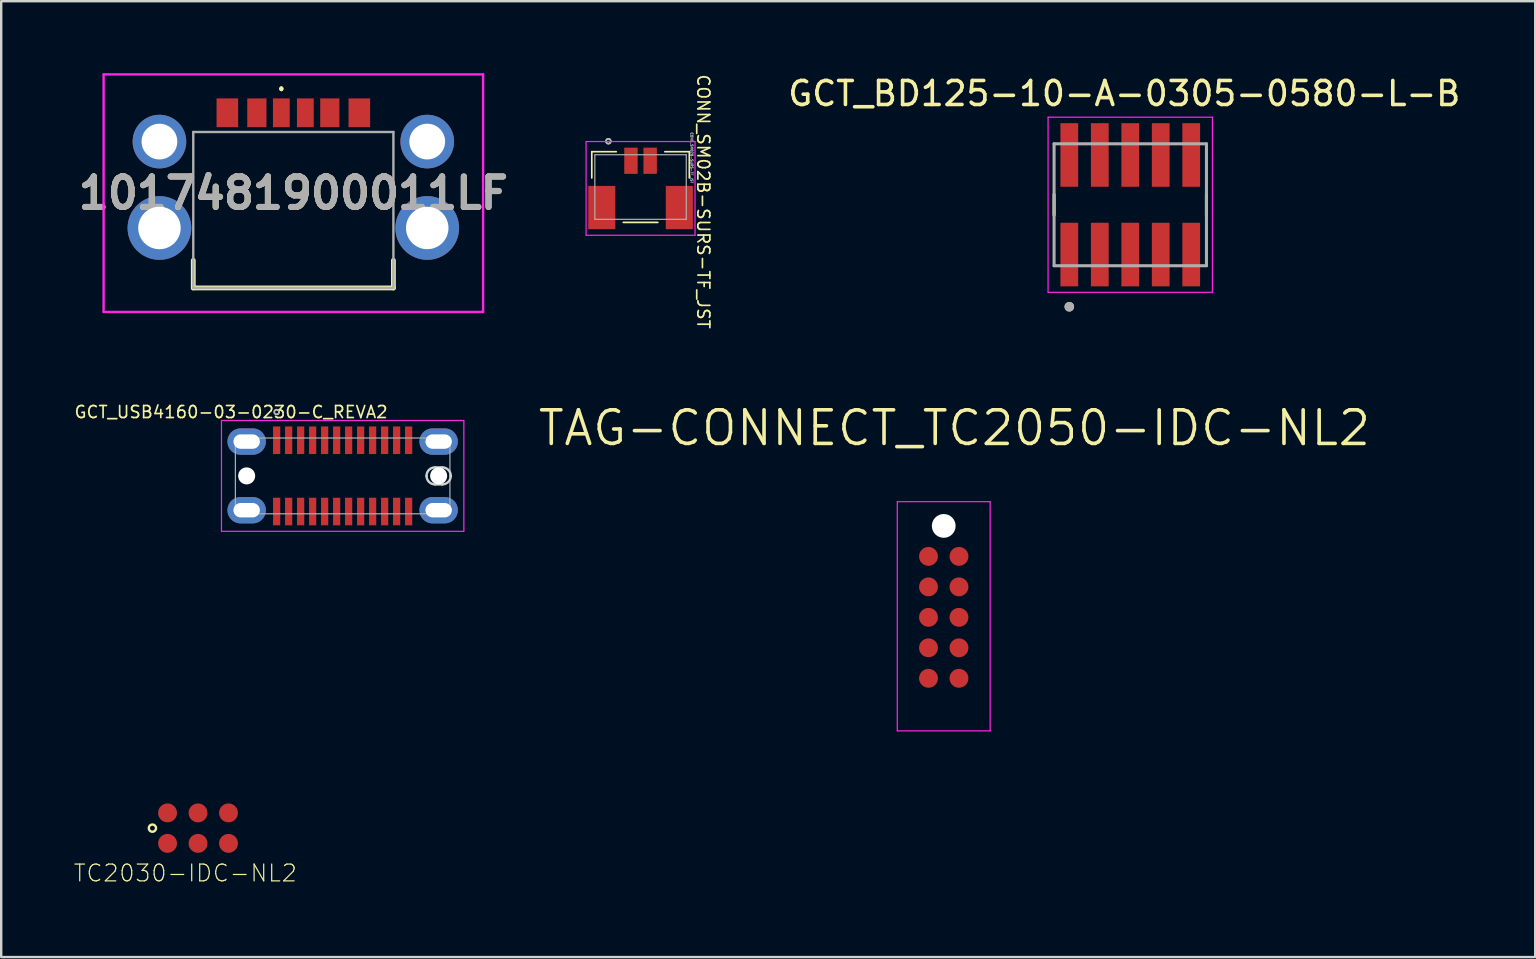
<source format=kicad_pcb>
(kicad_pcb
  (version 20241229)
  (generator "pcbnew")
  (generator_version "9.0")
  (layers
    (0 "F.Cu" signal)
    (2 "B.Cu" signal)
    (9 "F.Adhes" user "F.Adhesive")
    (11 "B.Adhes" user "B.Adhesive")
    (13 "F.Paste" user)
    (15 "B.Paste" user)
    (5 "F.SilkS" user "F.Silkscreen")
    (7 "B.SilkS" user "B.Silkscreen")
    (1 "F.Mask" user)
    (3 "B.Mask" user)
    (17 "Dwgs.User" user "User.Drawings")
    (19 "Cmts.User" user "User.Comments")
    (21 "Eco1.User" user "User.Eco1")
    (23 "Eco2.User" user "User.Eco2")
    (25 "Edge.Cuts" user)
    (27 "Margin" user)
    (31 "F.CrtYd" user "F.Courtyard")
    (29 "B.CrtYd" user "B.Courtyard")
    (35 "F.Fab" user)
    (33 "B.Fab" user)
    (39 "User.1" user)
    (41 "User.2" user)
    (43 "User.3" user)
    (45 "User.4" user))
  (footprint "GCT_USB4160-03-0230-C_REVA2"
    (layer "F.Cu")
    (at 11.229 16.781)
    (property "Reference" "GCT_USB4160-03-0230-C_REVA2" (at -4.65 -2.66 0) (unlocked yes) (layer "F.SilkS") (effects (font (size 0.5 0.5) (thickness 0.07))))
    (attr smd)
    (fp_circle (center -2.75 -2.66) (end -2.65 -2.66) (stroke (width 0.07) (type solid)) (fill no) (layer "F.SilkS"))
    (fp_line (start 3.85 -0.355) (end 4.15 -0.355) (stroke (width 0.1) (type solid)) (layer "Edge.Cuts"))
    (fp_line (start 4.15 0.355) (end 3.85 0.355) (stroke (width 0.1) (type solid)) (layer "Edge.Cuts"))
    (fp_arc (start 3.495 0) (mid 3.598977 -0.251023) (end 3.85 -0.355) (stroke (width 0.1) (type solid)) (layer "Edge.Cuts"))
    (fp_arc (start 3.85 0.355) (mid 3.598977 0.251023) (end 3.495 0) (stroke (width 0.1) (type solid)) (layer "Edge.Cuts"))
    (fp_arc (start 4.15 -0.355) (mid 4.401023 -0.251023) (end 4.505 0) (stroke (width 0.1) (type solid)) (layer "Edge.Cuts"))
    (fp_arc (start 4.505 0) (mid 4.401023 0.251023) (end 4.15 0.355) (stroke (width 0.1) (type solid)) (layer "Edge.Cuts"))
    (fp_line (start -5.05 -2.31) (end -5.05 2.31) (stroke (width 0.05) (type solid)) (layer "F.CrtYd"))
    (fp_line (start -5.05 2.31) (end 5.05 2.31) (stroke (width 0.05) (type solid)) (layer "F.CrtYd"))
    (fp_line (start 5.05 -2.31) (end -5.05 -2.31) (stroke (width 0.05) (type solid)) (layer "F.CrtYd"))
    (fp_line (start 5.05 2.31) (end 5.05 -2.31) (stroke (width 0.05) (type solid)) (layer "F.CrtYd"))
    (fp_line (start -4.47 -1.58) (end 4.47 -1.58) (stroke (width 0.05) (type solid)) (layer "F.Fab"))
    (fp_line (start -4.47 1.58) (end -4.47 -1.58) (stroke (width 0.05) (type solid)) (layer "F.Fab"))
    (fp_line (start 4.47 -1.58) (end 4.47 1.58) (stroke (width 0.05) (type solid)) (layer "F.Fab"))
    (fp_line (start 4.47 1.58) (end -4.47 1.58) (stroke (width 0.05) (type solid)) (layer "F.Fab"))
    (fp_circle (center -2.75 -2.66) (end -2.65 -2.66) (stroke (width 0.05) (type solid)) (fill no) (layer "F.Fab"))
    (pad "" np_thru_hole circle (at -4 0) (size 0.71 0.71) (drill 0.71) (layers "*.Cu" "*.Mask"))
    (pad "" np_thru_hole circle (at 4 0) (size 0.71 0.71) (drill 0.71) (layers "*.Cu" "*.Mask"))
    (pad "A1" smd rect (at -2.75 -1.485) (size 0.3 1.15) (layers "F.Cu" "F.Mask" "F.Paste"))
    (pad "A2" smd rect (at -2.25 -1.485) (size 0.3 1.15) (layers "F.Cu" "F.Mask" "F.Paste"))
    (pad "A3" smd rect (at -1.75 -1.485) (size 0.3 1.15) (layers "F.Cu" "F.Mask" "F.Paste"))
    (pad "A4" smd rect (at -1.25 -1.485) (size 0.3 1.15) (layers "F.Cu" "F.Mask" "F.Paste"))
    (pad "A5" smd rect (at -0.75 -1.485) (size 0.3 1.15) (layers "F.Cu" "F.Mask" "F.Paste"))
    (pad "A6" smd rect (at -0.25 -1.485) (size 0.3 1.15) (layers "F.Cu" "F.Mask" "F.Paste"))
    (pad "A7" smd rect (at 0.25 -1.485) (size 0.3 1.15) (layers "F.Cu" "F.Mask" "F.Paste"))
    (pad "A8" smd rect (at 0.75 -1.485) (size 0.3 1.15) (layers "F.Cu" "F.Mask" "F.Paste"))
    (pad "A9" smd rect (at 1.25 -1.485) (size 0.3 1.15) (layers "F.Cu" "F.Mask" "F.Paste"))
    (pad "A10" smd rect (at 1.75 -1.485) (size 0.3 1.15) (layers "F.Cu" "F.Mask" "F.Paste"))
    (pad "A11" smd rect (at 2.25 -1.485) (size 0.3 1.15) (layers "F.Cu" "F.Mask" "F.Paste"))
    (pad "A12" smd rect (at 2.75 -1.485) (size 0.3 1.15) (layers "F.Cu" "F.Mask" "F.Paste"))
    (pad "B1" smd rect (at 2.75 1.485) (size 0.3 1.15) (layers "F.Cu" "F.Mask" "F.Paste"))
    (pad "B2" smd rect (at 2.25 1.485) (size 0.3 1.15) (layers "F.Cu" "F.Mask" "F.Paste"))
    (pad "B3" smd rect (at 1.75 1.485) (size 0.3 1.15) (layers "F.Cu" "F.Mask" "F.Paste"))
    (pad "B4" smd rect (at 1.25 1.485) (size 0.3 1.15) (layers "F.Cu" "F.Mask" "F.Paste"))
    (pad "B5" smd rect (at 0.75 1.485) (size 0.3 1.15) (layers "F.Cu" "F.Mask" "F.Paste"))
    (pad "B6" smd rect (at 0.25 1.485) (size 0.3 1.15) (layers "F.Cu" "F.Mask" "F.Paste"))
    (pad "B7" smd rect (at -0.25 1.485) (size 0.3 1.15) (layers "F.Cu" "F.Mask" "F.Paste"))
    (pad "B8" smd rect (at -0.75 1.485) (size 0.3 1.15) (layers "F.Cu" "F.Mask" "F.Paste"))
    (pad "B9" smd rect (at -1.25 1.485) (size 0.3 1.15) (layers "F.Cu" "F.Mask" "F.Paste"))
    (pad "B10" smd rect (at -1.75 1.485) (size 0.3 1.15) (layers "F.Cu" "F.Mask" "F.Paste"))
    (pad "B11" smd rect (at -2.25 1.485) (size 0.3 1.15) (layers "F.Cu" "F.Mask" "F.Paste"))
    (pad "B12" smd rect (at -2.75 1.485) (size 0.3 1.15) (layers "F.Cu" "F.Mask" "F.Paste"))
    (pad "S1" thru_hole oval (at -4 -1.43) (size 1.6 1.1) (drill oval 1.1 0.6) (layers "*.Cu" "*.Mask"))
    (pad "S2" thru_hole oval (at 4 -1.43) (size 1.6 1.1) (drill oval 1.1 0.6) (layers "*.Cu" "*.Mask"))
    (pad "S3" thru_hole oval (at -4 1.43) (size 1.6 1.1) (drill oval 1.1 0.6) (layers "*.Cu" "*.Mask"))
    (pad "S4" thru_hole oval (at 4 1.43) (size 1.6 1.1) (drill oval 1.1 0.6) (layers "*.Cu" "*.Mask")))
  (footprint "CONN_SM02B-SURS-TF_JST"
    (layer "F.Cu")
    (at 23.643 4.745)
    (property "Reference" "CONN_SM02B-SURS-TF_JST" (at 2.616 0.608 270) (unlocked yes) (layer "F.SilkS") (effects (font (size 0.5 0.5) (thickness 0.07))))
    (attr smd)
    (fp_line (start -2.032 -1.473) (end -2.032 -0.381) (stroke (width 0.07) (type solid)) (layer "F.SilkS"))
    (fp_line (start -1.012 -1.473) (end -2.032 -1.473) (stroke (width 0.07) (type solid)) (layer "F.SilkS"))
    (fp_line (start -0.72 1.473) (end 0.72 1.473) (stroke (width 0.07) (type solid)) (layer "F.SilkS"))
    (fp_line (start 2.032 -1.473) (end 1.012 -1.473) (stroke (width 0.07) (type solid)) (layer "F.SilkS"))
    (fp_line (start 2.032 -0.381) (end 2.032 -1.473) (stroke (width 0.07) (type solid)) (layer "F.SilkS"))
    (fp_circle (center -1.34 -1.91) (end -1.24 -1.92) (stroke (width 0.07) (type solid)) (fill no) (layer "F.SilkS"))
    (fp_line (start -2.27 -1.896) (end -2.27 2.01) (stroke (width 0.05) (type solid)) (layer "F.CrtYd"))
    (fp_line (start -2.27 2.01) (end 2.27 2.01) (stroke (width 0.05) (type solid)) (layer "F.CrtYd"))
    (fp_line (start 2.27 -1.896) (end -2.27 -1.896) (stroke (width 0.05) (type solid)) (layer "F.CrtYd"))
    (fp_line (start 2.27 2.01) (end 2.27 -1.896) (stroke (width 0.05) (type solid)) (layer "F.CrtYd"))
    (fp_line (start -1.905 -1.346) (end -1.905 1.346) (stroke (width 0.05) (type solid)) (layer "F.Fab"))
    (fp_line (start -1.905 1.346) (end 1.905 1.346) (stroke (width 0.05) (type solid)) (layer "F.Fab"))
    (fp_line (start 1.905 -1.346) (end -1.905 -1.346) (stroke (width 0.05) (type solid)) (layer "F.Fab"))
    (fp_line (start 1.905 1.346) (end 1.905 -1.346) (stroke (width 0.05) (type solid)) (layer "F.Fab"))
    (fp_circle (center -1.34 -1.91) (end -1.24 -1.87) (stroke (width 0.05) (type solid)) (fill no) (layer "F.Fab"))
    (fp_text user "${REFERENCE}" (at 2.135 -1.216 270) (unlocked yes) (layer "F.Fab") (effects (font (size 0.1 0.1) (thickness 0.05))))
    (pad "1" smd rect (at -0.4 -1.096) (size 0.559 1.092) (layers "F.Cu" "F.Mask" "F.Paste"))
    (pad "2" smd rect (at 0.4 -1.096) (size 0.559 1.092) (layers "F.Cu" "F.Mask" "F.Paste"))
    (pad "3" smd rect (at -1.616 0.854) (size 1.128 1.803) (layers "F.Cu" "F.Mask" "F.Paste"))
    (pad "4" smd rect (at 1.616 0.854) (size 1.128 1.803) (layers "F.Cu" "F.Mask" "F.Paste")))
  (footprint "TC2030-IDC-NL2"
    (layer "F.Cu")
    (at 5.202 31.46)
    (property "Reference" "TC2030-IDC-NL2" (at -0.53 1.875 0) (layer "F.SilkS") (effects (font (size 0.7 0.7) (thickness 0.05))))
    (attr smd)
    (fp_circle (center -1.901 0) (end -1.751 0.02) (stroke (width 0.1) (type default)) (fill no) (layer "F.SilkS"))
    (pad "1" smd circle (at -1.27 0.635) (size 0.787 0.787) (layers "F.Cu" "F.Mask"))
    (pad "2" smd circle (at -1.27 -0.635) (size 0.787 0.787) (layers "F.Cu" "F.Mask"))
    (pad "3" smd circle (at 0 0.635) (size 0.787 0.787) (layers "F.Cu" "F.Mask"))
    (pad "4" smd circle (at 0 -0.635) (size 0.787 0.787) (layers "F.Cu" "F.Mask"))
    (pad "5" smd circle (at 1.27 0.635) (size 0.787 0.787) (layers "F.Cu" "F.Mask"))
    (pad "6" smd circle (at 1.27 -0.635) (size 0.787 0.787) (layers "F.Cu" "F.Mask")))
  (footprint "TAG-CONNECT_TC2050-IDC-NL2"
    (layer "F.Cu")
    (at 35.642 20.136)
    (property "Reference" "TAG-CONNECT_TC2050-IDC-NL2" (at 1.08 -5.349 0) (layer "F.SilkS") (effects (font (size 1.4 1.4) (thickness 0.15))))
    (attr smd)
    (fp_line (start -1.3 -2.28) (end 2.57 -2.28) (stroke (width 0.05) (type solid)) (layer "F.CrtYd"))
    (fp_line (start -1.3 7.27) (end -1.3 -2.28) (stroke (width 0.05) (type solid)) (layer "F.CrtYd"))
    (fp_line (start 2.57 -2.28) (end 2.57 7.27) (stroke (width 0.05) (type solid)) (layer "F.CrtYd"))
    (fp_line (start 2.57 7.27) (end -1.3 7.27) (stroke (width 0.05) (type solid)) (layer "F.CrtYd"))
    (pad "" np_thru_hole circle (at 0.635 -1.27) (size 0.991 0.991) (drill 0.991) (layers "*.Cu" "*.Mask"))
    (pad "1" smd circle (at 0 0 270) (size 0.787 0.787) (layers "F.Cu" "F.Mask"))
    (pad "2" smd circle (at 0 1.27 270) (size 0.787 0.787) (layers "F.Cu" "F.Mask"))
    (pad "3" smd circle (at 0 2.54 270) (size 0.787 0.787) (layers "F.Cu" "F.Mask"))
    (pad "4" smd circle (at 0 3.81 270) (size 0.787 0.787) (layers "F.Cu" "F.Mask"))
    (pad "5" smd circle (at 0 5.08 270) (size 0.787 0.787) (layers "F.Cu" "F.Mask"))
    (pad "6" smd circle (at 1.27 5.08 90) (size 0.787 0.787) (layers "F.Cu" "F.Mask"))
    (pad "7" smd circle (at 1.27 3.81 90) (size 0.787 0.787) (layers "F.Cu" "F.Mask"))
    (pad "8" smd circle (at 1.27 2.54 90) (size 0.787 0.787) (layers "F.Cu" "F.Mask"))
    (pad "9" smd circle (at 1.27 1.27 90) (size 0.787 0.787) (layers "F.Cu" "F.Mask"))
    (pad "10" smd circle (at 1.27 0 90) (size 0.787 0.787) (layers "F.Cu" "F.Mask")))
  (footprint "1017481900011LF"
    (layer "F.Cu")
    (at 9.174 5.3)
    (property "Reference" "1017481900011LF" (at 0 -0.3 0) (layer "F.SilkS") (effects (font (size 1.27 1.27) (thickness 0.254))))
    (attr through_hole)
    (fp_line (start -4.17 2.5) (end -4.17 3.65) (stroke (width 0.2) (type solid)) (layer "F.SilkS"))
    (fp_line (start -4.17 3.65) (end 4.17 3.65) (stroke (width 0.2) (type solid)) (layer "F.SilkS"))
    (fp_line (start -0.5 -4.7) (end -0.5 -4.7) (stroke (width 0.1) (type solid)) (layer "F.SilkS"))
    (fp_line (start -0.5 -4.6) (end -0.5 -4.6) (stroke (width 0.1) (type solid)) (layer "F.SilkS"))
    (fp_line (start 4.17 3.65) (end 4.17 2.5) (stroke (width 0.2) (type solid)) (layer "F.SilkS"))
    (fp_arc (start -0.5 -4.7) (mid -0.45 -4.65) (end -0.5 -4.6) (stroke (width 0.1) (type solid)) (layer "F.SilkS"))
    (fp_arc (start -0.5 -4.6) (mid -0.55 -4.65) (end -0.5 -4.7) (stroke (width 0.1) (type solid)) (layer "F.SilkS"))
    (fp_line (start -7.907 -5.25) (end 7.907 -5.25) (stroke (width 0.1) (type solid)) (layer "F.CrtYd"))
    (fp_line (start -7.907 4.65) (end -7.907 -5.25) (stroke (width 0.1) (type solid)) (layer "F.CrtYd"))
    (fp_line (start 7.907 -5.25) (end 7.907 4.65) (stroke (width 0.1) (type solid)) (layer "F.CrtYd"))
    (fp_line (start 7.907 4.65) (end -7.907 4.65) (stroke (width 0.1) (type solid)) (layer "F.CrtYd"))
    (fp_line (start -4.17 -2.85) (end 4.17 -2.85) (stroke (width 0.1) (type solid)) (layer "F.Fab"))
    (fp_line (start -4.17 3.65) (end -4.17 -2.85) (stroke (width 0.1) (type solid)) (layer "F.Fab"))
    (fp_line (start 4.17 -2.85) (end 4.17 3.65) (stroke (width 0.1) (type solid)) (layer "F.Fab"))
    (fp_line (start 4.17 3.65) (end -4.17 3.65) (stroke (width 0.1) (type solid)) (layer "F.Fab"))
    (fp_text user "${REFERENCE}" (at 0 -0.3 0) (layer "F.Fab") (effects (font (size 1.27 1.27) (thickness 0.254))))
    (pad "7" thru_hole circle (at -5.58 1.15) (size 2.655 2.655) (drill 1.77) (layers "*.Cu" "*.Mask"))
    (pad "8" thru_hole circle (at 5.58 1.15) (size 2.655 2.655) (drill 1.77) (layers "*.Cu" "*.Mask"))
    (pad "9" thru_hole circle (at 5.58 -2.45) (size 2.235 2.235) (drill 1.49) (layers "*.Cu" "*.Mask"))
    (pad "10" thru_hole circle (at -5.58 -2.45) (size 2.235 2.235) (drill 1.49) (layers "*.Cu" "*.Mask"))
    (pad "A5" smd rect (at -0.5 -3.65) (size 0.7 1.2) (layers "F.Cu" "F.Mask" "F.Paste"))
    (pad "A9" smd rect (at 1.52 -3.65) (size 0.8 1.2) (layers "F.Cu" "F.Mask" "F.Paste"))
    (pad "A12" smd rect (at 2.75 -3.65) (size 0.9 1.2) (layers "F.Cu" "F.Mask" "F.Paste"))
    (pad "B5" smd rect (at 0.5 -3.65) (size 0.7 1.2) (layers "F.Cu" "F.Mask" "F.Paste"))
    (pad "B9" smd rect (at -1.52 -3.65) (size 0.8 1.2) (layers "F.Cu" "F.Mask" "F.Paste"))
    (pad "B12" smd rect (at -2.75 -3.65) (size 0.9 1.2) (layers "F.Cu" "F.Mask" "F.Paste")))
  (footprint "GCT_BD125-10-A-0305-0580-L-B"
    (layer "F.Cu")
    (at 44.05 5.483)
    (property "Reference" "GCT_BD125-10-A-0305-0580-L-B" (at -0.25 -4.635 0) (layer "F.SilkS") (effects (font (size 1 1) (thickness 0.15))))
    (attr smd)
    (fp_line (start -3.175 0.43) (end -3.175 -0.43) (stroke (width 0.127) (type solid)) (layer "F.SilkS"))
    (fp_line (start 3.175 0.43) (end 3.175 -0.43) (stroke (width 0.127) (type solid)) (layer "F.SilkS"))
    (fp_circle (center -2.54 4.25) (end -2.44 4.25) (stroke (width 0.2) (type solid)) (fill no) (layer "F.SilkS"))
    (fp_line (start -3.425 -3.65) (end -3.425 3.65) (stroke (width 0.05) (type solid)) (layer "F.CrtYd"))
    (fp_line (start -3.425 3.65) (end 3.425 3.65) (stroke (width 0.05) (type solid)) (layer "F.CrtYd"))
    (fp_line (start 3.425 -3.65) (end -3.425 -3.65) (stroke (width 0.05) (type solid)) (layer "F.CrtYd"))
    (fp_line (start 3.425 3.65) (end 3.425 -3.65) (stroke (width 0.05) (type solid)) (layer "F.CrtYd"))
    (fp_line (start -3.175 -2.54) (end 3.175 -2.54) (stroke (width 0.127) (type solid)) (layer "F.Fab"))
    (fp_line (start -3.175 2.54) (end -3.175 -2.54) (stroke (width 0.127) (type solid)) (layer "F.Fab"))
    (fp_line (start 3.175 -2.54) (end 3.175 2.54) (stroke (width 0.127) (type solid)) (layer "F.Fab"))
    (fp_line (start 3.175 2.54) (end -3.175 2.54) (stroke (width 0.127) (type solid)) (layer "F.Fab"))
    (fp_circle (center -2.54 4.25) (end -2.44 4.25) (stroke (width 0.2) (type solid)) (fill no) (layer "F.Fab"))
    (pad "1" smd rect (at -2.54 2.075) (size 0.74 2.65) (layers "F.Cu" "F.Mask" "F.Paste"))
    (pad "2" smd rect (at -2.54 -2.075) (size 0.74 2.65) (layers "F.Cu" "F.Mask" "F.Paste"))
    (pad "3" smd rect (at -1.27 2.075) (size 0.74 2.65) (layers "F.Cu" "F.Mask" "F.Paste"))
    (pad "4" smd rect (at -1.27 -2.075) (size 0.74 2.65) (layers "F.Cu" "F.Mask" "F.Paste"))
    (pad "5" smd rect (at 0 2.075) (size 0.74 2.65) (layers "F.Cu" "F.Mask" "F.Paste"))
    (pad "6" smd rect (at 0 -2.075) (size 0.74 2.65) (layers "F.Cu" "F.Mask" "F.Paste"))
    (pad "7" smd rect (at 1.27 2.075) (size 0.74 2.65) (layers "F.Cu" "F.Mask" "F.Paste"))
    (pad "8" smd rect (at 1.27 -2.075) (size 0.74 2.65) (layers "F.Cu" "F.Mask" "F.Paste"))
    (pad "9" smd rect (at 2.54 2.075) (size 0.74 2.65) (layers "F.Cu" "F.Mask" "F.Paste"))
    (pad "10" smd rect (at 2.54 -2.075) (size 0.74 2.65) (layers "F.Cu" "F.Mask" "F.Paste")))
  (gr_rect
    (start -3 -3)
    (end 60.925 36.832)
    (stroke (width 0.1) (type default))
    (fill no)
    (layer "Edge.Cuts")))
</source>
